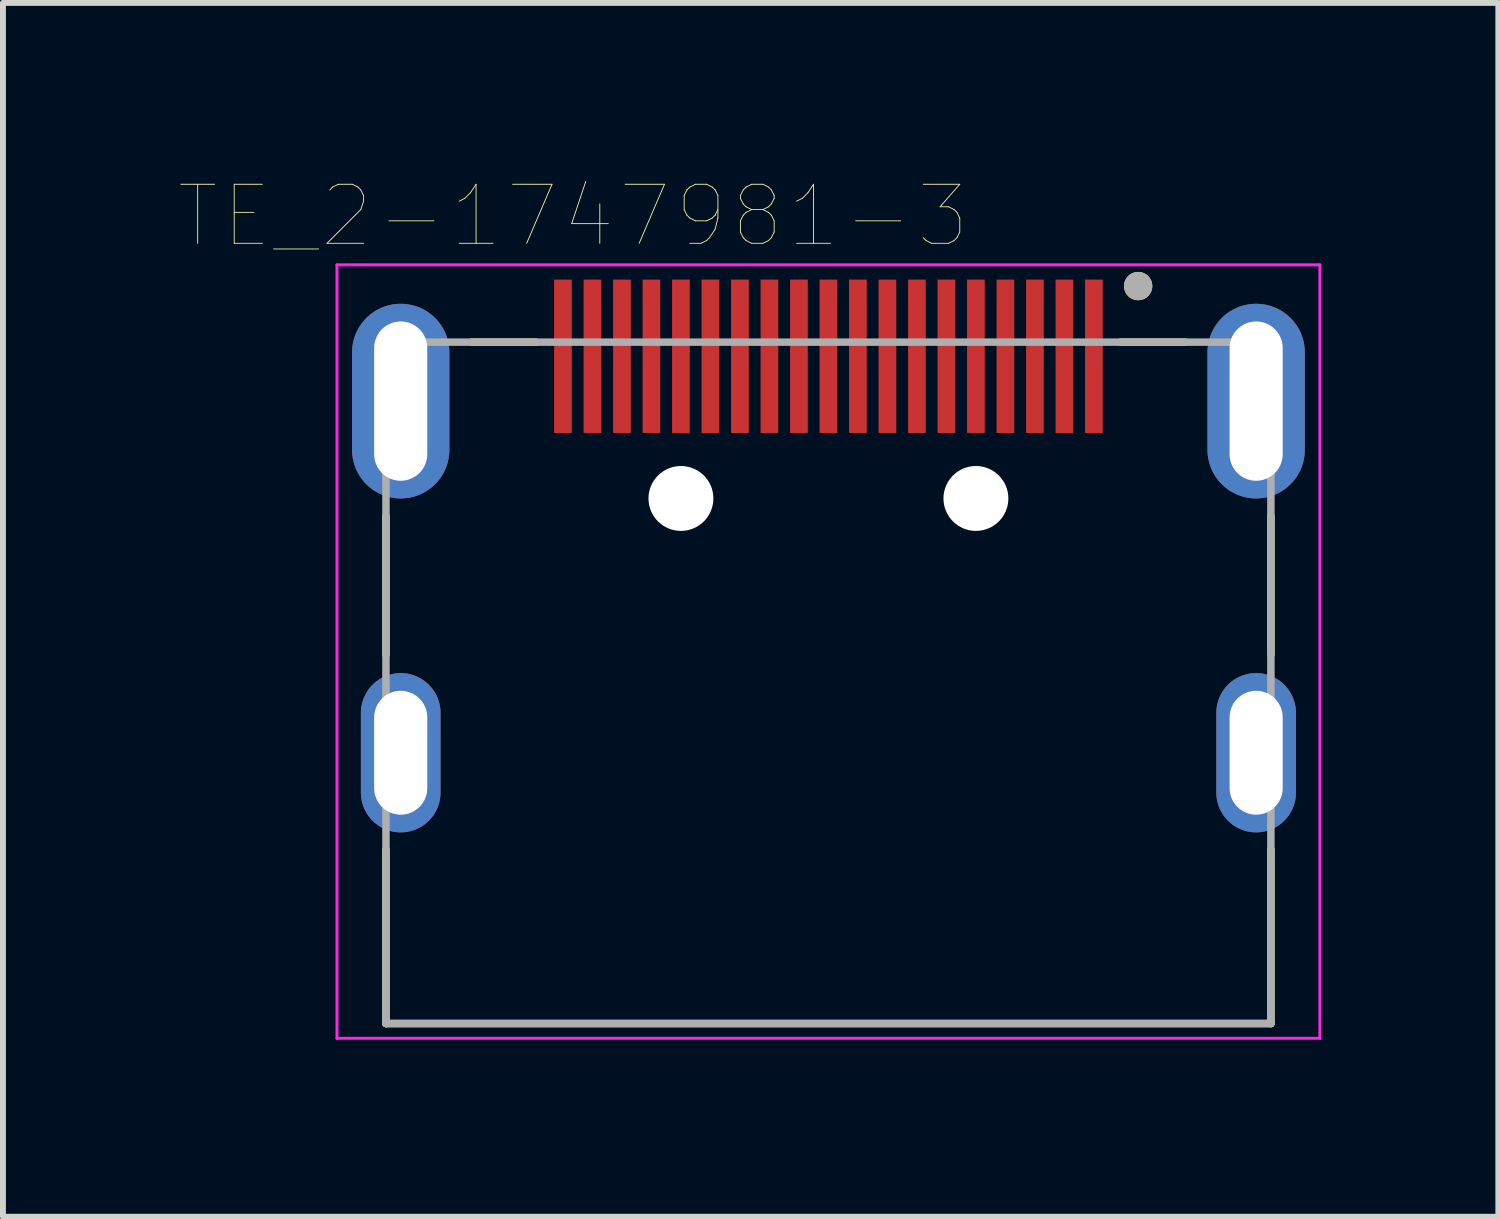
<source format=kicad_pcb>
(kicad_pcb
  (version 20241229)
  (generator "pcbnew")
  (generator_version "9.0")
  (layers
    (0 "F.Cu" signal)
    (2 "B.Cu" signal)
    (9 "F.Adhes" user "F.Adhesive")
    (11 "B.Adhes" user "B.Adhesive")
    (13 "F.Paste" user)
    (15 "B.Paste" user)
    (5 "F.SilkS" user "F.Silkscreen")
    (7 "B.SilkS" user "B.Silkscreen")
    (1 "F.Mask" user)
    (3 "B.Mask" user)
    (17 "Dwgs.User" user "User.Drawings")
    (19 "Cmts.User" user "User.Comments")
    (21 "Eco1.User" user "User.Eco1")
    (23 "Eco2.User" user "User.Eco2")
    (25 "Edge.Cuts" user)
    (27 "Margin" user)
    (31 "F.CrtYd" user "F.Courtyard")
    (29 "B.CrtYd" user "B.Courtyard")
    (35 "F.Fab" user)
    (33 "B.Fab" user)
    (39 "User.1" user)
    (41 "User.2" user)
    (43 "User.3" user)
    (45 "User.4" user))
  (footprint "TE_2-1747981-3"
    (layer "F.Cu")
    (at 10.992 3.749)
    (property "Reference" "TE_2-1747981-3" (at -4.328 -3.137 0) (layer "F.SilkS") (effects (font (size 1.001 1.001) (thickness 0.015))))
    (attr through_hole)
    (fp_line (start -7.5 4.3) (end -7.5 1.95) (stroke (width 0.127) (type solid)) (layer "F.SilkS"))
    (fp_line (start -7.5 10.55) (end -7.5 7.6) (stroke (width 0.127) (type solid)) (layer "F.SilkS"))
    (fp_line (start -4.95 -1) (end -6.05 -1) (stroke (width 0.127) (type solid)) (layer "F.SilkS"))
    (fp_line (start 4.95 -1) (end 6.05 -1) (stroke (width 0.127) (type solid)) (layer "F.SilkS"))
    (fp_line (start 7.5 4.3) (end 7.5 1.95) (stroke (width 0.127) (type solid)) (layer "F.SilkS"))
    (fp_line (start 7.5 10.55) (end -7.5 10.55) (stroke (width 0.127) (type solid)) (layer "F.SilkS"))
    (fp_line (start 7.5 10.55) (end 7.5 7.6) (stroke (width 0.127) (type solid)) (layer "F.SilkS"))
    (fp_circle (center 5.25 -1.95) (end 5.37 -1.95) (stroke (width 0.24) (type solid)) (fill no) (layer "F.SilkS"))
    (fp_line (start -8.33 -2.31) (end 8.33 -2.31) (stroke (width 0.05) (type solid)) (layer "F.CrtYd"))
    (fp_line (start -8.33 10.8) (end -8.33 -2.31) (stroke (width 0.05) (type solid)) (layer "F.CrtYd"))
    (fp_line (start 8.33 -2.31) (end 8.33 10.8) (stroke (width 0.05) (type solid)) (layer "F.CrtYd"))
    (fp_line (start 8.33 10.8) (end -8.33 10.8) (stroke (width 0.05) (type solid)) (layer "F.CrtYd"))
    (fp_line (start -7.5 -1) (end 7.5 -1) (stroke (width 0.127) (type solid)) (layer "F.Fab"))
    (fp_line (start -7.5 10.55) (end -7.5 -1) (stroke (width 0.127) (type solid)) (layer "F.Fab"))
    (fp_line (start 7.5 -1) (end 7.5 10.55) (stroke (width 0.127) (type solid)) (layer "F.Fab"))
    (fp_line (start 7.5 10.55) (end -7.5 10.55) (stroke (width 0.127) (type solid)) (layer "F.Fab"))
    (fp_circle (center 5.25 -1.95) (end 5.37 -1.95) (stroke (width 0.24) (type solid)) (fill no) (layer "F.Fab"))
    (pad "" np_thru_hole circle (at -2.5 1.65) (size 1.1 1.1) (drill 1.1) (layers "*.Cu" "*.Mask"))
    (pad "" np_thru_hole circle (at 2.5 1.65) (size 1.1 1.1) (drill 1.1) (layers "*.Cu" "*.Mask"))
    (pad "1" smd rect (at 4.5 -0.76) (size 0.3 2.6) (layers "F.Cu" "F.Mask" "F.Paste"))
    (pad "2" smd rect (at 4 -0.76) (size 0.3 2.6) (layers "F.Cu" "F.Mask" "F.Paste"))
    (pad "3" smd rect (at 3.5 -0.76) (size 0.3 2.6) (layers "F.Cu" "F.Mask" "F.Paste"))
    (pad "4" smd rect (at 3 -0.76) (size 0.3 2.6) (layers "F.Cu" "F.Mask" "F.Paste"))
    (pad "5" smd rect (at 2.5 -0.76) (size 0.3 2.6) (layers "F.Cu" "F.Mask" "F.Paste"))
    (pad "6" smd rect (at 2 -0.76) (size 0.3 2.6) (layers "F.Cu" "F.Mask" "F.Paste"))
    (pad "7" smd rect (at 1.5 -0.76) (size 0.3 2.6) (layers "F.Cu" "F.Mask" "F.Paste"))
    (pad "8" smd rect (at 1 -0.76) (size 0.3 2.6) (layers "F.Cu" "F.Mask" "F.Paste"))
    (pad "9" smd rect (at 0.5 -0.76) (size 0.3 2.6) (layers "F.Cu" "F.Mask" "F.Paste"))
    (pad "10" smd rect (at 0 -0.76) (size 0.3 2.6) (layers "F.Cu" "F.Mask" "F.Paste"))
    (pad "11" smd rect (at -0.5 -0.76) (size 0.3 2.6) (layers "F.Cu" "F.Mask" "F.Paste"))
    (pad "12" smd rect (at -1 -0.76) (size 0.3 2.6) (layers "F.Cu" "F.Mask" "F.Paste"))
    (pad "13" smd rect (at -1.5 -0.76) (size 0.3 2.6) (layers "F.Cu" "F.Mask" "F.Paste"))
    (pad "14" smd rect (at -2 -0.76) (size 0.3 2.6) (layers "F.Cu" "F.Mask" "F.Paste"))
    (pad "15" smd rect (at -2.5 -0.76) (size 0.3 2.6) (layers "F.Cu" "F.Mask" "F.Paste"))
    (pad "16" smd rect (at -3 -0.76) (size 0.3 2.6) (layers "F.Cu" "F.Mask" "F.Paste"))
    (pad "17" smd rect (at -3.5 -0.76) (size 0.3 2.6) (layers "F.Cu" "F.Mask" "F.Paste"))
    (pad "18" smd rect (at -4 -0.76) (size 0.3 2.6) (layers "F.Cu" "F.Mask" "F.Paste"))
    (pad "19" smd rect (at -4.5 -0.76) (size 0.3 2.6) (layers "F.Cu" "F.Mask" "F.Paste"))
    (pad "SH1" thru_hole oval (at -7.25 0) (size 1.65 3.3) (drill oval 0.9 2.7) (layers "*.Cu" "*.Mask"))
    (pad "SH2" thru_hole oval (at 7.25 0) (size 1.65 3.3) (drill oval 0.9 2.7) (layers "*.Cu" "*.Mask"))
    (pad "SH3" thru_hole oval (at -7.25 5.96) (size 1.35 2.7) (drill oval 0.9 2.1) (layers "*.Cu" "*.Mask"))
    (pad "SH4" thru_hole oval (at 7.25 5.96) (size 1.35 2.7) (drill oval 0.9 2.1) (layers "*.Cu" "*.Mask")))
  (gr_rect
    (start -3 -3)
    (end 22.347 17.574)
    (stroke (width 0.1) (type default))
    (fill no)
    (layer "Edge.Cuts")))
</source>
